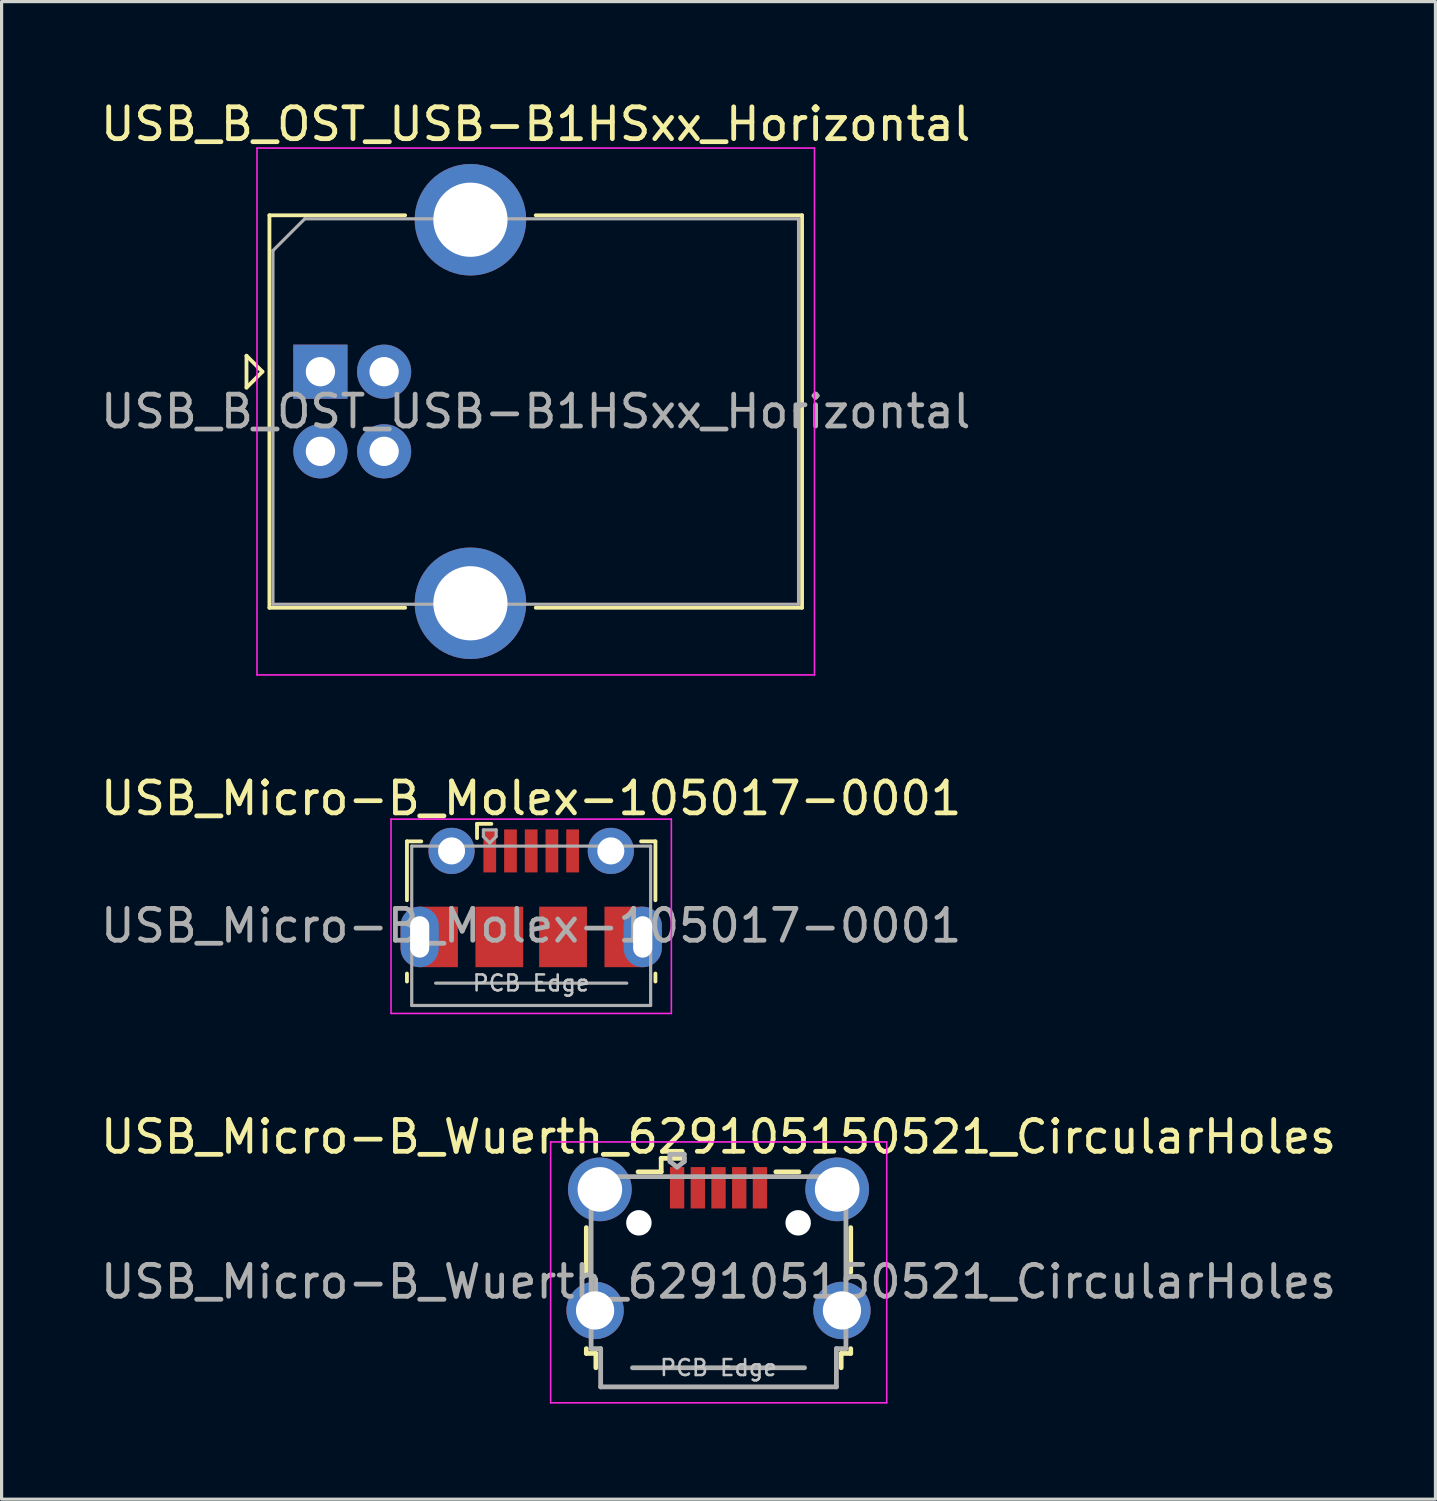
<source format=kicad_pcb>
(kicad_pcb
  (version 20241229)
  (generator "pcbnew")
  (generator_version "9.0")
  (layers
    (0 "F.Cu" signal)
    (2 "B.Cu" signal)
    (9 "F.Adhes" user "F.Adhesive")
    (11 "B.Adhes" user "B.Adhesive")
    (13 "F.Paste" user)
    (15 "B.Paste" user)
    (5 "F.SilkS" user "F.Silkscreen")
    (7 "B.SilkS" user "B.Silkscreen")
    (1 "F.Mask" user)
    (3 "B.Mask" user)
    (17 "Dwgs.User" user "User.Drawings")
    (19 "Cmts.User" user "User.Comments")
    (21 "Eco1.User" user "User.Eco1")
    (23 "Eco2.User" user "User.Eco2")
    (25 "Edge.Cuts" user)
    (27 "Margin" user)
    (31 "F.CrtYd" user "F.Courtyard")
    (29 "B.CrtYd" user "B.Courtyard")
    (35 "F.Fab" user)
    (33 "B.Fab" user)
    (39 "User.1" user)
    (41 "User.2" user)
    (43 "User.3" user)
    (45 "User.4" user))
  (footprint "USB_Micro-B_Wuerth_629105150521_CircularHoles"
    (layer "F.Cu")
    (at 19.506 36.137)
    (property "Reference" "USB_Micro-B_Wuerth_629105150521_CircularHoles" (at 0 -3.5 0) (layer "F.SilkS") (effects (font (size 1 1) (thickness 0.15))))
    (attr smd)
    (fp_line (start -4.15 -0.65) (end -4.15 0.75) (stroke (width 0.15) (type solid)) (layer "F.SilkS"))
    (fp_line (start -4.15 3.15) (end -4.15 3.3) (stroke (width 0.15) (type solid)) (layer "F.SilkS"))
    (fp_line (start -4.15 3.3) (end -3.85 3.3) (stroke (width 0.15) (type solid)) (layer "F.SilkS"))
    (fp_line (start -3.85 3.3) (end -3.85 3.75) (stroke (width 0.15) (type solid)) (layer "F.SilkS"))
    (fp_line (start -1.8 -2.825) (end -1.8 -2.4) (stroke (width 0.15) (type solid)) (layer "F.SilkS"))
    (fp_line (start -1.8 -2.4) (end -2.525 -2.4) (stroke (width 0.15) (type solid)) (layer "F.SilkS"))
    (fp_line (start -1.075 -2.825) (end -1.8 -2.825) (stroke (width 0.15) (type solid)) (layer "F.SilkS"))
    (fp_line (start 1.8 -2.4) (end 2.525 -2.4) (stroke (width 0.15) (type solid)) (layer "F.SilkS"))
    (fp_line (start 3.85 3.3) (end 4.15 3.3) (stroke (width 0.15) (type solid)) (layer "F.SilkS"))
    (fp_line (start 3.85 3.75) (end 3.85 3.3) (stroke (width 0.15) (type solid)) (layer "F.SilkS"))
    (fp_line (start 4.15 0.75) (end 4.15 -0.65) (stroke (width 0.15) (type solid)) (layer "F.SilkS"))
    (fp_line (start 4.15 3.3) (end 4.15 3.15) (stroke (width 0.15) (type solid)) (layer "F.SilkS"))
    (fp_line (start -5.27 -3.34) (end -5.27 4.85) (stroke (width 0.05) (type solid)) (layer "F.CrtYd"))
    (fp_line (start -5.27 4.85) (end 5.28 4.85) (stroke (width 0.05) (type solid)) (layer "F.CrtYd"))
    (fp_line (start 5.28 -3.34) (end -5.27 -3.34) (stroke (width 0.05) (type solid)) (layer "F.CrtYd"))
    (fp_line (start 5.28 4.85) (end 5.28 -3.34) (stroke (width 0.05) (type solid)) (layer "F.CrtYd"))
    (fp_line (start -4 -2.25) (end -4 3.15) (stroke (width 0.15) (type solid)) (layer "F.Fab"))
    (fp_line (start -4 3.15) (end -3.7 3.15) (stroke (width 0.15) (type solid)) (layer "F.Fab"))
    (fp_line (start -3.7 3.15) (end -3.7 4.35) (stroke (width 0.15) (type solid)) (layer "F.Fab"))
    (fp_line (start -3.7 4.35) (end 3.7 4.35) (stroke (width 0.15) (type solid)) (layer "F.Fab"))
    (fp_line (start -2.7 3.75) (end 2.7 3.75) (stroke (width 0.15) (type solid)) (layer "F.Fab"))
    (fp_line (start -1.525 -2.95) (end -1.075 -2.95) (stroke (width 0.15) (type solid)) (layer "F.Fab"))
    (fp_line (start -1.525 -2.725) (end -1.525 -2.95) (stroke (width 0.15) (type solid)) (layer "F.Fab"))
    (fp_line (start -1.3 -2.55) (end -1.525 -2.725) (stroke (width 0.15) (type solid)) (layer "F.Fab"))
    (fp_line (start -1.075 -2.95) (end -1.075 -2.725) (stroke (width 0.15) (type solid)) (layer "F.Fab"))
    (fp_line (start -1.075 -2.725) (end -1.3 -2.55) (stroke (width 0.15) (type solid)) (layer "F.Fab"))
    (fp_line (start 3.7 3.15) (end 4 3.15) (stroke (width 0.15) (type solid)) (layer "F.Fab"))
    (fp_line (start 3.7 4.35) (end 3.7 3.15) (stroke (width 0.15) (type solid)) (layer "F.Fab"))
    (fp_line (start 4 -2.25) (end -4 -2.25) (stroke (width 0.15) (type solid)) (layer "F.Fab"))
    (fp_line (start 4 3.15) (end 4 -2.25) (stroke (width 0.15) (type solid)) (layer "F.Fab"))
    (fp_text user "PCB Edge" (at 0 3.75 0) (layer "Dwgs.User") (effects (font (size 0.5 0.5) (thickness 0.08))))
    (fp_text user "${REFERENCE}" (at 0 1.05 0) (layer "F.Fab") (effects (font (size 1 1) (thickness 0.15))))
    (pad "" np_thru_hole circle (at -2.5 -0.8) (size 0.8 0.8) (drill 0.8) (layers "*.Cu" "*.Mask"))
    (pad "" np_thru_hole circle (at 2.5 -0.8) (size 0.8 0.8) (drill 0.8) (layers "*.Cu" "*.Mask"))
    (pad "1" smd rect (at -1.3 -1.9) (size 0.45 1.3) (layers "F.Cu" "F.Mask" "F.Paste"))
    (pad "2" smd rect (at -0.65 -1.9) (size 0.45 1.3) (layers "F.Cu" "F.Mask" "F.Paste"))
    (pad "3" smd rect (at 0 -1.9) (size 0.45 1.3) (layers "F.Cu" "F.Mask" "F.Paste"))
    (pad "4" smd rect (at 0.65 -1.9) (size 0.45 1.3) (layers "F.Cu" "F.Mask" "F.Paste"))
    (pad "5" smd rect (at 1.3 -1.9) (size 0.45 1.3) (layers "F.Cu" "F.Mask" "F.Paste"))
    (pad "6" thru_hole circle (at -3.875 1.95) (size 1.8 1.8) (drill 1.2) (layers "*.Cu" "*.Mask"))
    (pad "6" thru_hole circle (at -3.725 -1.85) (size 2 2) (drill 1.4) (layers "*.Cu" "*.Mask"))
    (pad "6" thru_hole circle (at 3.725 -1.85) (size 2 2) (drill 1.4) (layers "*.Cu" "*.Mask"))
    (pad "6" thru_hole circle (at 3.875 1.95) (size 1.8 1.8) (drill 1.2) (layers "*.Cu" "*.Mask")))
  (footprint "USB_Micro-B_Molex-105017-0001"
    (layer "F.Cu")
    (at 13.625 25.124)
    (property "Reference" "USB_Micro-B_Molex-105017-0001" (at 0 -3.112 0) (layer "F.SilkS") (effects (font (size 1 1) (thickness 0.15))))
    (attr smd)
    (fp_line (start -3.9 -1.762) (end -3.45 -1.762) (stroke (width 0.12) (type solid)) (layer "F.SilkS"))
    (fp_line (start -3.9 0.087) (end -3.9 -1.762) (stroke (width 0.12) (type solid)) (layer "F.SilkS"))
    (fp_line (start -3.9 2.638) (end -3.9 2.388) (stroke (width 0.12) (type solid)) (layer "F.SilkS"))
    (fp_line (start -1.7 -2.312) (end -1.7 -1.863) (stroke (width 0.12) (type solid)) (layer "F.SilkS"))
    (fp_line (start -1.7 -2.312) (end -1.25 -2.312) (stroke (width 0.12) (type solid)) (layer "F.SilkS"))
    (fp_line (start 3.9 -1.762) (end 3.45 -1.762) (stroke (width 0.12) (type solid)) (layer "F.SilkS"))
    (fp_line (start 3.9 0.087) (end 3.9 -1.762) (stroke (width 0.12) (type solid)) (layer "F.SilkS"))
    (fp_line (start 3.9 2.638) (end 3.9 2.388) (stroke (width 0.12) (type solid)) (layer "F.SilkS"))
    (fp_line (start -4.4 -2.46) (end 4.4 -2.46) (stroke (width 0.05) (type solid)) (layer "F.CrtYd"))
    (fp_line (start -4.4 3.64) (end -4.4 -2.46) (stroke (width 0.05) (type solid)) (layer "F.CrtYd"))
    (fp_line (start -4.4 3.64) (end 4.4 3.64) (stroke (width 0.05) (type solid)) (layer "F.CrtYd"))
    (fp_line (start 4.4 -2.46) (end 4.4 3.64) (stroke (width 0.05) (type solid)) (layer "F.CrtYd"))
    (fp_line (start -3.75 -1.613) (end 3.75 -1.613) (stroke (width 0.1) (type solid)) (layer "F.Fab"))
    (fp_line (start -3.75 3.388) (end -3.75 -1.613) (stroke (width 0.1) (type solid)) (layer "F.Fab"))
    (fp_line (start -3.75 3.389) (end 3.75 3.389) (stroke (width 0.1) (type solid)) (layer "F.Fab"))
    (fp_line (start -3 2.689) (end 3 2.689) (stroke (width 0.1) (type solid)) (layer "F.Fab"))
    (fp_line (start -1.5 -2.123) (end -1.5 -1.913) (stroke (width 0.1) (type solid)) (layer "F.Fab"))
    (fp_line (start -1.5 -2.123) (end -1.1 -2.123) (stroke (width 0.1) (type solid)) (layer "F.Fab"))
    (fp_line (start -1.3 -1.712) (end -1.5 -1.913) (stroke (width 0.1) (type solid)) (layer "F.Fab"))
    (fp_line (start -1.1 -2.123) (end -1.1 -1.913) (stroke (width 0.1) (type solid)) (layer "F.Fab"))
    (fp_line (start -1.1 -1.913) (end -1.3 -1.712) (stroke (width 0.1) (type solid)) (layer "F.Fab"))
    (fp_line (start 3.75 3.388) (end 3.75 -1.613) (stroke (width 0.1) (type solid)) (layer "F.Fab"))
    (fp_text user "PCB Edge" (at 0 2.688 0) (layer "Dwgs.User") (effects (font (size 0.5 0.5) (thickness 0.08))))
    (fp_text user "${REFERENCE}" (at 0 0.887 0) (layer "F.Fab") (effects (font (size 1 1) (thickness 0.15))))
    (pad "1" smd rect (at -1.3 -1.462) (size 0.4 1.35) (layers "F.Cu" "F.Mask" "F.Paste"))
    (pad "2" smd rect (at -0.65 -1.462) (size 0.4 1.35) (layers "F.Cu" "F.Mask" "F.Paste"))
    (pad "3" smd rect (at 0 -1.462) (size 0.4 1.35) (layers "F.Cu" "F.Mask" "F.Paste"))
    (pad "4" smd rect (at 0.65 -1.462) (size 0.4 1.35) (layers "F.Cu" "F.Mask" "F.Paste"))
    (pad "5" smd rect (at 1.3 -1.462) (size 0.4 1.35) (layers "F.Cu" "F.Mask" "F.Paste"))
    (pad "6" thru_hole oval (at -3.5 1.238 180) (size 1.2 1.9) (drill oval 0.6 1.3) (layers "*.Cu" "*.Mask"))
    (pad "6" smd rect (at -2.9 1.238) (size 1.2 1.9) (layers "F.Cu" "F.Mask"))
    (pad "6" thru_hole circle (at -2.5 -1.462) (size 1.45 1.45) (drill 0.85) (layers "*.Cu" "*.Mask"))
    (pad "6" smd rect (at -1 1.238) (size 1.5 1.9) (layers "F.Cu" "F.Mask" "F.Paste"))
    (pad "6" smd rect (at 1 1.238) (size 1.5 1.9) (layers "F.Cu" "F.Mask" "F.Paste"))
    (pad "6" thru_hole circle (at 2.5 -1.462) (size 1.45 1.45) (drill 0.85) (layers "*.Cu" "*.Mask"))
    (pad "6" smd rect (at 2.9 1.238) (size 1.2 1.9) (layers "F.Cu" "F.Mask"))
    (pad "6" thru_hole oval (at 3.5 1.238) (size 1.2 1.9) (drill oval 0.6 1.3) (layers "*.Cu" "*.Mask")))
  (footprint "USB_B_OST_USB-B1HSxx_Horizontal"
    (layer "F.Cu")
    (at 7.008 8.618)
    (property "Reference" "USB_B_OST_USB-B1HSxx_Horizontal" (at 6.76 -7.77 0) (layer "F.SilkS") (effects (font (size 1 1) (thickness 0.15))))
    (attr through_hole)
    (fp_line (start -2.32 -0.5) (end -2.32 0.5) (stroke (width 0.12) (type solid)) (layer "F.SilkS"))
    (fp_line (start -2.32 0.5) (end -1.82 0) (stroke (width 0.12) (type solid)) (layer "F.SilkS"))
    (fp_line (start -1.82 0) (end -2.32 -0.5) (stroke (width 0.12) (type solid)) (layer "F.SilkS"))
    (fp_line (start -1.6 -4.91) (end -1.6 7.41) (stroke (width 0.12) (type solid)) (layer "F.SilkS"))
    (fp_line (start -1.6 7.41) (end 2.66 7.41) (stroke (width 0.12) (type solid)) (layer "F.SilkS"))
    (fp_line (start 2.66 -4.91) (end -1.6 -4.91) (stroke (width 0.12) (type solid)) (layer "F.SilkS"))
    (fp_line (start 6.76 -4.91) (end 15.12 -4.91) (stroke (width 0.12) (type solid)) (layer "F.SilkS"))
    (fp_line (start 15.12 -4.91) (end 15.12 7.41) (stroke (width 0.12) (type solid)) (layer "F.SilkS"))
    (fp_line (start 15.12 7.41) (end 6.76 7.41) (stroke (width 0.12) (type solid)) (layer "F.SilkS"))
    (fp_line (start -1.99 -7.02) (end -1.99 9.52) (stroke (width 0.05) (type solid)) (layer "F.CrtYd"))
    (fp_line (start -1.99 9.52) (end 15.51 9.52) (stroke (width 0.05) (type solid)) (layer "F.CrtYd"))
    (fp_line (start 15.51 -7.02) (end -1.99 -7.02) (stroke (width 0.05) (type solid)) (layer "F.CrtYd"))
    (fp_line (start 15.51 9.52) (end 15.51 -7.02) (stroke (width 0.05) (type solid)) (layer "F.CrtYd"))
    (fp_line (start -1.49 -3.8) (end -0.49 -4.8) (stroke (width 0.1) (type solid)) (layer "F.Fab"))
    (fp_line (start -1.49 7.3) (end -1.49 -3.8) (stroke (width 0.1) (type solid)) (layer "F.Fab"))
    (fp_line (start -0.49 -4.8) (end 15.01 -4.8) (stroke (width 0.1) (type solid)) (layer "F.Fab"))
    (fp_line (start 15.01 -4.8) (end 15.01 7.3) (stroke (width 0.1) (type solid)) (layer "F.Fab"))
    (fp_line (start 15.01 7.3) (end -1.49 7.3) (stroke (width 0.1) (type solid)) (layer "F.Fab"))
    (fp_text user "${REFERENCE}" (at 6.76 1.25 0) (layer "F.Fab") (effects (font (size 1 1) (thickness 0.15))))
    (pad "1" thru_hole rect (at 0 0) (size 1.7 1.7) (drill 0.92) (layers "*.Cu" "*.Mask"))
    (pad "2" thru_hole circle (at 0 2.5) (size 1.7 1.7) (drill 0.92) (layers "*.Cu" "*.Mask"))
    (pad "3" thru_hole circle (at 2 2.5) (size 1.7 1.7) (drill 0.92) (layers "*.Cu" "*.Mask"))
    (pad "4" thru_hole circle (at 2 0) (size 1.7 1.7) (drill 0.92) (layers "*.Cu" "*.Mask"))
    (pad "5" thru_hole circle (at 4.71 -4.77) (size 3.5 3.5) (drill 2.33) (layers "*.Cu" "*.Mask"))
    (pad "5" thru_hole circle (at 4.71 7.27) (size 3.5 3.5) (drill 2.33) (layers "*.Cu" "*.Mask")))
  (gr_rect
    (start -3 -3)
    (end 42.012 44.012)
    (stroke (width 0.1) (type default))
    (fill no)
    (layer "Edge.Cuts")))
</source>
